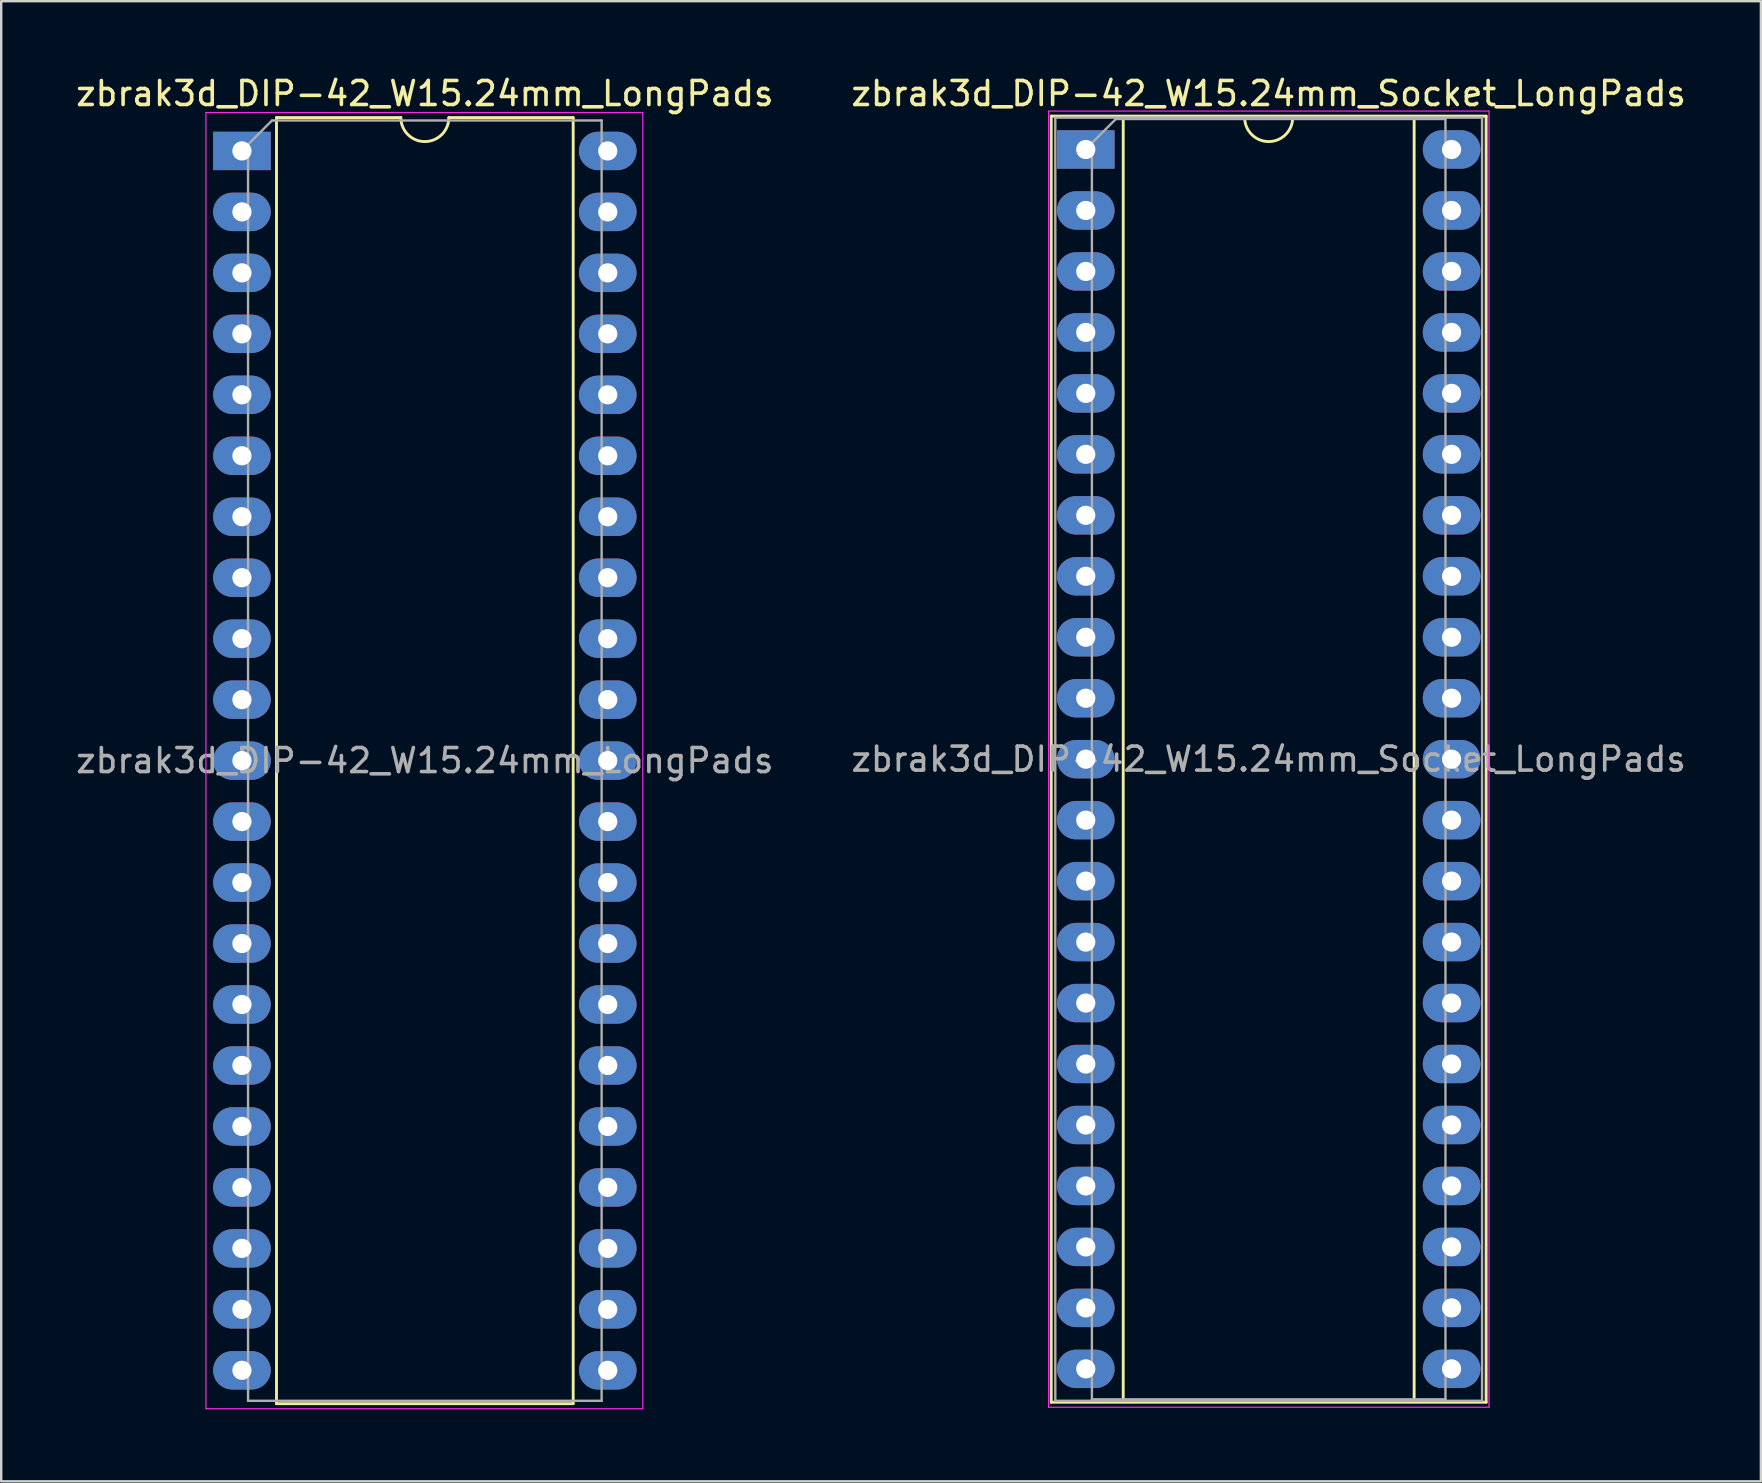
<source format=kicad_pcb>
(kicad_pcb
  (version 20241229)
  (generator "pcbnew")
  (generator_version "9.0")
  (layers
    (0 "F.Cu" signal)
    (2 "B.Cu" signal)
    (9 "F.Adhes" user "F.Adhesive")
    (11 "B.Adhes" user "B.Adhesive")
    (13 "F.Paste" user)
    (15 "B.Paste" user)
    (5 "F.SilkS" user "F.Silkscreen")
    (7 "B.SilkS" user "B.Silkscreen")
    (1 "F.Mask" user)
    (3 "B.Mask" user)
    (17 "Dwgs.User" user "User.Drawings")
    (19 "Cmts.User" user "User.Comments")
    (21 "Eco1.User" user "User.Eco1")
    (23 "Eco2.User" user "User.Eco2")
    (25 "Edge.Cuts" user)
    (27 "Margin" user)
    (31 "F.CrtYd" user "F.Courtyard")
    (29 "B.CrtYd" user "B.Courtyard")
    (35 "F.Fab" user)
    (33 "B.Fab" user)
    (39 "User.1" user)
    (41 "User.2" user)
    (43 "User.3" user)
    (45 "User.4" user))
  (footprint "zbrak3d_DIP-42_W15.24mm_LongPads"
    (layer "F.Cu")
    (at 7.029 3.238)
    (property "Reference" "zbrak3d_DIP-42_W15.24mm_LongPads" (at 7.62 -2.39 0) (layer "F.SilkS") (effects (font (size 1 1) (thickness 0.15))))
    (attr through_hole)
    (fp_line (start 1.44 -1.39) (end 1.44 52.19) (stroke (width 0.12) (type solid)) (layer "F.SilkS"))
    (fp_line (start 1.44 52.19) (end 13.8 52.19) (stroke (width 0.12) (type solid)) (layer "F.SilkS"))
    (fp_line (start 6.62 -1.39) (end 1.44 -1.39) (stroke (width 0.12) (type solid)) (layer "F.SilkS"))
    (fp_line (start 13.8 -1.39) (end 8.62 -1.39) (stroke (width 0.12) (type solid)) (layer "F.SilkS"))
    (fp_line (start 13.8 52.19) (end 13.8 -1.39) (stroke (width 0.12) (type solid)) (layer "F.SilkS"))
    (fp_arc (start 8.62 -1.39) (mid 7.62 -0.39) (end 6.62 -1.39) (stroke (width 0.12) (type solid)) (layer "F.SilkS"))
    (fp_line (start -1.5 -1.6) (end -1.5 52.4) (stroke (width 0.05) (type solid)) (layer "F.CrtYd"))
    (fp_line (start -1.5 52.4) (end 16.7 52.4) (stroke (width 0.05) (type solid)) (layer "F.CrtYd"))
    (fp_line (start 16.7 -1.6) (end -1.5 -1.6) (stroke (width 0.05) (type solid)) (layer "F.CrtYd"))
    (fp_line (start 16.7 52.4) (end 16.7 -1.6) (stroke (width 0.05) (type solid)) (layer "F.CrtYd"))
    (fp_line (start 0.255 -0.27) (end 1.255 -1.27) (stroke (width 0.1) (type solid)) (layer "F.Fab"))
    (fp_line (start 0.255 52.07) (end 0.255 -0.27) (stroke (width 0.1) (type solid)) (layer "F.Fab"))
    (fp_line (start 1.255 -1.27) (end 14.985 -1.27) (stroke (width 0.1) (type solid)) (layer "F.Fab"))
    (fp_line (start 14.985 -1.27) (end 14.985 52.07) (stroke (width 0.1) (type solid)) (layer "F.Fab"))
    (fp_line (start 14.985 52.07) (end 0.255 52.07) (stroke (width 0.1) (type solid)) (layer "F.Fab"))
    (fp_text user "${REFERENCE}" (at 7.62 25.4 0) (layer "F.Fab") (effects (font (size 1 1) (thickness 0.15))))
    (pad "1" thru_hole rect (at 0 0) (size 2.4 1.6) (drill 0.8) (layers "*.Cu" "*.Mask"))
    (pad "2" thru_hole oval (at 0 2.54) (size 2.4 1.6) (drill 0.8) (layers "*.Cu" "*.Mask"))
    (pad "3" thru_hole oval (at 0 5.08) (size 2.4 1.6) (drill 0.8) (layers "*.Cu" "*.Mask"))
    (pad "4" thru_hole oval (at 0 7.62) (size 2.4 1.6) (drill 0.8) (layers "*.Cu" "*.Mask"))
    (pad "5" thru_hole oval (at 0 10.16) (size 2.4 1.6) (drill 0.8) (layers "*.Cu" "*.Mask"))
    (pad "6" thru_hole oval (at 0 12.7) (size 2.4 1.6) (drill 0.8) (layers "*.Cu" "*.Mask"))
    (pad "7" thru_hole oval (at 0 15.24) (size 2.4 1.6) (drill 0.8) (layers "*.Cu" "*.Mask"))
    (pad "8" thru_hole oval (at 0 17.78) (size 2.4 1.6) (drill 0.8) (layers "*.Cu" "*.Mask"))
    (pad "9" thru_hole oval (at 0 20.32) (size 2.4 1.6) (drill 0.8) (layers "*.Cu" "*.Mask"))
    (pad "10" thru_hole oval (at 0 22.86) (size 2.4 1.6) (drill 0.8) (layers "*.Cu" "*.Mask"))
    (pad "11" thru_hole oval (at 0 25.4) (size 2.4 1.6) (drill 0.8) (layers "*.Cu" "*.Mask"))
    (pad "12" thru_hole oval (at 0 27.94) (size 2.4 1.6) (drill 0.8) (layers "*.Cu" "*.Mask"))
    (pad "13" thru_hole oval (at 0 30.48) (size 2.4 1.6) (drill 0.8) (layers "*.Cu" "*.Mask"))
    (pad "14" thru_hole oval (at 0 33.02) (size 2.4 1.6) (drill 0.8) (layers "*.Cu" "*.Mask"))
    (pad "15" thru_hole oval (at 0 35.56) (size 2.4 1.6) (drill 0.8) (layers "*.Cu" "*.Mask"))
    (pad "16" thru_hole oval (at 0 38.1) (size 2.4 1.6) (drill 0.8) (layers "*.Cu" "*.Mask"))
    (pad "17" thru_hole oval (at 0 40.64) (size 2.4 1.6) (drill 0.8) (layers "*.Cu" "*.Mask"))
    (pad "18" thru_hole oval (at 0 43.18) (size 2.4 1.6) (drill 0.8) (layers "*.Cu" "*.Mask"))
    (pad "19" thru_hole oval (at 0 45.72) (size 2.4 1.6) (drill 0.8) (layers "*.Cu" "*.Mask"))
    (pad "20" thru_hole oval (at 0 48.26) (size 2.4 1.6) (drill 0.8) (layers "*.Cu" "*.Mask"))
    (pad "21" thru_hole oval (at 0 50.8) (size 2.4 1.6) (drill 0.8) (layers "*.Cu" "*.Mask"))
    (pad "22" thru_hole oval (at 15.24 50.8) (size 2.4 1.6) (drill 0.8) (layers "*.Cu" "*.Mask"))
    (pad "23" thru_hole oval (at 15.24 48.26) (size 2.4 1.6) (drill 0.8) (layers "*.Cu" "*.Mask"))
    (pad "24" thru_hole oval (at 15.24 45.72) (size 2.4 1.6) (drill 0.8) (layers "*.Cu" "*.Mask"))
    (pad "25" thru_hole oval (at 15.24 43.18) (size 2.4 1.6) (drill 0.8) (layers "*.Cu" "*.Mask"))
    (pad "26" thru_hole oval (at 15.24 40.64) (size 2.4 1.6) (drill 0.8) (layers "*.Cu" "*.Mask"))
    (pad "27" thru_hole oval (at 15.24 38.1) (size 2.4 1.6) (drill 0.8) (layers "*.Cu" "*.Mask"))
    (pad "28" thru_hole oval (at 15.24 35.56) (size 2.4 1.6) (drill 0.8) (layers "*.Cu" "*.Mask"))
    (pad "29" thru_hole oval (at 15.24 33.02) (size 2.4 1.6) (drill 0.8) (layers "*.Cu" "*.Mask"))
    (pad "30" thru_hole oval (at 15.24 30.48) (size 2.4 1.6) (drill 0.8) (layers "*.Cu" "*.Mask"))
    (pad "31" thru_hole oval (at 15.24 27.94) (size 2.4 1.6) (drill 0.8) (layers "*.Cu" "*.Mask"))
    (pad "32" thru_hole oval (at 15.24 25.4) (size 2.4 1.6) (drill 0.8) (layers "*.Cu" "*.Mask"))
    (pad "33" thru_hole oval (at 15.24 22.86) (size 2.4 1.6) (drill 0.8) (layers "*.Cu" "*.Mask"))
    (pad "34" thru_hole oval (at 15.24 20.32) (size 2.4 1.6) (drill 0.8) (layers "*.Cu" "*.Mask"))
    (pad "35" thru_hole oval (at 15.24 17.78) (size 2.4 1.6) (drill 0.8) (layers "*.Cu" "*.Mask"))
    (pad "36" thru_hole oval (at 15.24 15.24) (size 2.4 1.6) (drill 0.8) (layers "*.Cu" "*.Mask"))
    (pad "37" thru_hole oval (at 15.24 12.7) (size 2.4 1.6) (drill 0.8) (layers "*.Cu" "*.Mask"))
    (pad "38" thru_hole oval (at 15.24 10.16) (size 2.4 1.6) (drill 0.8) (layers "*.Cu" "*.Mask"))
    (pad "39" thru_hole oval (at 15.24 7.62) (size 2.4 1.6) (drill 0.8) (layers "*.Cu" "*.Mask"))
    (pad "40" thru_hole oval (at 15.24 5.08) (size 2.4 1.6) (drill 0.8) (layers "*.Cu" "*.Mask"))
    (pad "41" thru_hole oval (at 15.24 2.54) (size 2.4 1.6) (drill 0.8) (layers "*.Cu" "*.Mask"))
    (pad "42" thru_hole oval (at 15.24 0) (size 2.4 1.6) (drill 0.8) (layers "*.Cu" "*.Mask")))
  (footprint "zbrak3d_DIP-42_W15.24mm_Socket_LongPads"
    (layer "F.Cu")
    (at 42.184 3.178)
    (property "Reference" "zbrak3d_DIP-42_W15.24mm_Socket_LongPads" (at 7.62 -2.33 0) (layer "F.SilkS") (effects (font (size 1 1) (thickness 0.15))))
    (attr through_hole)
    (fp_line (start -1.44 -1.39) (end -1.44 52.19) (stroke (width 0.12) (type solid)) (layer "F.SilkS"))
    (fp_line (start -1.44 52.19) (end 16.68 52.19) (stroke (width 0.12) (type solid)) (layer "F.SilkS"))
    (fp_line (start 1.56 -1.33) (end 1.56 52.13) (stroke (width 0.12) (type solid)) (layer "F.SilkS"))
    (fp_line (start 1.56 52.13) (end 13.68 52.13) (stroke (width 0.12) (type solid)) (layer "F.SilkS"))
    (fp_line (start 6.62 -1.33) (end 1.56 -1.33) (stroke (width 0.12) (type solid)) (layer "F.SilkS"))
    (fp_line (start 13.68 -1.33) (end 8.62 -1.33) (stroke (width 0.12) (type solid)) (layer "F.SilkS"))
    (fp_line (start 13.68 52.13) (end 13.68 -1.33) (stroke (width 0.12) (type solid)) (layer "F.SilkS"))
    (fp_line (start 16.68 -1.39) (end -1.44 -1.39) (stroke (width 0.12) (type solid)) (layer "F.SilkS"))
    (fp_line (start 16.68 52.19) (end 16.68 -1.39) (stroke (width 0.12) (type solid)) (layer "F.SilkS"))
    (fp_arc (start 8.62 -1.33) (mid 7.62 -0.33) (end 6.62 -1.33) (stroke (width 0.12) (type solid)) (layer "F.SilkS"))
    (fp_line (start -1.55 -1.6) (end -1.55 52.4) (stroke (width 0.05) (type solid)) (layer "F.CrtYd"))
    (fp_line (start -1.55 52.4) (end 16.8 52.4) (stroke (width 0.05) (type solid)) (layer "F.CrtYd"))
    (fp_line (start 16.8 -1.6) (end -1.55 -1.6) (stroke (width 0.05) (type solid)) (layer "F.CrtYd"))
    (fp_line (start 16.8 52.4) (end 16.8 -1.6) (stroke (width 0.05) (type solid)) (layer "F.CrtYd"))
    (fp_line (start -1.27 -1.33) (end -1.27 52.13) (stroke (width 0.1) (type solid)) (layer "F.Fab"))
    (fp_line (start -1.27 52.13) (end 16.51 52.13) (stroke (width 0.1) (type solid)) (layer "F.Fab"))
    (fp_line (start 0.255 -0.27) (end 1.255 -1.27) (stroke (width 0.1) (type solid)) (layer "F.Fab"))
    (fp_line (start 0.255 52.07) (end 0.255 -0.27) (stroke (width 0.1) (type solid)) (layer "F.Fab"))
    (fp_line (start 1.255 -1.27) (end 14.985 -1.27) (stroke (width 0.1) (type solid)) (layer "F.Fab"))
    (fp_line (start 14.985 -1.27) (end 14.985 52.07) (stroke (width 0.1) (type solid)) (layer "F.Fab"))
    (fp_line (start 14.985 52.07) (end 0.255 52.07) (stroke (width 0.1) (type solid)) (layer "F.Fab"))
    (fp_line (start 16.51 -1.33) (end -1.27 -1.33) (stroke (width 0.1) (type solid)) (layer "F.Fab"))
    (fp_line (start 16.51 52.13) (end 16.51 -1.33) (stroke (width 0.1) (type solid)) (layer "F.Fab"))
    (fp_text user "${REFERENCE}" (at 7.62 25.4 0) (layer "F.Fab") (effects (font (size 1 1) (thickness 0.15))))
    (pad "1" thru_hole rect (at 0 0) (size 2.4 1.6) (drill 0.8) (layers "*.Cu" "*.Mask"))
    (pad "2" thru_hole oval (at 0 2.54) (size 2.4 1.6) (drill 0.8) (layers "*.Cu" "*.Mask"))
    (pad "3" thru_hole oval (at 0 5.08) (size 2.4 1.6) (drill 0.8) (layers "*.Cu" "*.Mask"))
    (pad "4" thru_hole oval (at 0 7.62) (size 2.4 1.6) (drill 0.8) (layers "*.Cu" "*.Mask"))
    (pad "5" thru_hole oval (at 0 10.16) (size 2.4 1.6) (drill 0.8) (layers "*.Cu" "*.Mask"))
    (pad "6" thru_hole oval (at 0 12.7) (size 2.4 1.6) (drill 0.8) (layers "*.Cu" "*.Mask"))
    (pad "7" thru_hole oval (at 0 15.24) (size 2.4 1.6) (drill 0.8) (layers "*.Cu" "*.Mask"))
    (pad "8" thru_hole oval (at 0 17.78) (size 2.4 1.6) (drill 0.8) (layers "*.Cu" "*.Mask"))
    (pad "9" thru_hole oval (at 0 20.32) (size 2.4 1.6) (drill 0.8) (layers "*.Cu" "*.Mask"))
    (pad "10" thru_hole oval (at 0 22.86) (size 2.4 1.6) (drill 0.8) (layers "*.Cu" "*.Mask"))
    (pad "11" thru_hole oval (at 0 25.4) (size 2.4 1.6) (drill 0.8) (layers "*.Cu" "*.Mask"))
    (pad "12" thru_hole oval (at 0 27.94) (size 2.4 1.6) (drill 0.8) (layers "*.Cu" "*.Mask"))
    (pad "13" thru_hole oval (at 0 30.48) (size 2.4 1.6) (drill 0.8) (layers "*.Cu" "*.Mask"))
    (pad "14" thru_hole oval (at 0 33.02) (size 2.4 1.6) (drill 0.8) (layers "*.Cu" "*.Mask"))
    (pad "15" thru_hole oval (at 0 35.56) (size 2.4 1.6) (drill 0.8) (layers "*.Cu" "*.Mask"))
    (pad "16" thru_hole oval (at 0 38.1) (size 2.4 1.6) (drill 0.8) (layers "*.Cu" "*.Mask"))
    (pad "17" thru_hole oval (at 0 40.64) (size 2.4 1.6) (drill 0.8) (layers "*.Cu" "*.Mask"))
    (pad "18" thru_hole oval (at 0 43.18) (size 2.4 1.6) (drill 0.8) (layers "*.Cu" "*.Mask"))
    (pad "19" thru_hole oval (at 0 45.72) (size 2.4 1.6) (drill 0.8) (layers "*.Cu" "*.Mask"))
    (pad "20" thru_hole oval (at 0 48.26) (size 2.4 1.6) (drill 0.8) (layers "*.Cu" "*.Mask"))
    (pad "21" thru_hole oval (at 0 50.8) (size 2.4 1.6) (drill 0.8) (layers "*.Cu" "*.Mask"))
    (pad "22" thru_hole oval (at 15.24 50.8) (size 2.4 1.6) (drill 0.8) (layers "*.Cu" "*.Mask"))
    (pad "23" thru_hole oval (at 15.24 48.26) (size 2.4 1.6) (drill 0.8) (layers "*.Cu" "*.Mask"))
    (pad "24" thru_hole oval (at 15.24 45.72) (size 2.4 1.6) (drill 0.8) (layers "*.Cu" "*.Mask"))
    (pad "25" thru_hole oval (at 15.24 43.18) (size 2.4 1.6) (drill 0.8) (layers "*.Cu" "*.Mask"))
    (pad "26" thru_hole oval (at 15.24 40.64) (size 2.4 1.6) (drill 0.8) (layers "*.Cu" "*.Mask"))
    (pad "27" thru_hole oval (at 15.24 38.1) (size 2.4 1.6) (drill 0.8) (layers "*.Cu" "*.Mask"))
    (pad "28" thru_hole oval (at 15.24 35.56) (size 2.4 1.6) (drill 0.8) (layers "*.Cu" "*.Mask"))
    (pad "29" thru_hole oval (at 15.24 33.02) (size 2.4 1.6) (drill 0.8) (layers "*.Cu" "*.Mask"))
    (pad "30" thru_hole oval (at 15.24 30.48) (size 2.4 1.6) (drill 0.8) (layers "*.Cu" "*.Mask"))
    (pad "31" thru_hole oval (at 15.24 27.94) (size 2.4 1.6) (drill 0.8) (layers "*.Cu" "*.Mask"))
    (pad "32" thru_hole oval (at 15.24 25.4) (size 2.4 1.6) (drill 0.8) (layers "*.Cu" "*.Mask"))
    (pad "33" thru_hole oval (at 15.24 22.86) (size 2.4 1.6) (drill 0.8) (layers "*.Cu" "*.Mask"))
    (pad "34" thru_hole oval (at 15.24 20.32) (size 2.4 1.6) (drill 0.8) (layers "*.Cu" "*.Mask"))
    (pad "35" thru_hole oval (at 15.24 17.78) (size 2.4 1.6) (drill 0.8) (layers "*.Cu" "*.Mask"))
    (pad "36" thru_hole oval (at 15.24 15.24) (size 2.4 1.6) (drill 0.8) (layers "*.Cu" "*.Mask"))
    (pad "37" thru_hole oval (at 15.24 12.7) (size 2.4 1.6) (drill 0.8) (layers "*.Cu" "*.Mask"))
    (pad "38" thru_hole oval (at 15.24 10.16) (size 2.4 1.6) (drill 0.8) (layers "*.Cu" "*.Mask"))
    (pad "39" thru_hole oval (at 15.24 7.62) (size 2.4 1.6) (drill 0.8) (layers "*.Cu" "*.Mask"))
    (pad "40" thru_hole oval (at 15.24 5.08) (size 2.4 1.6) (drill 0.8) (layers "*.Cu" "*.Mask"))
    (pad "41" thru_hole oval (at 15.24 2.54) (size 2.4 1.6) (drill 0.8) (layers "*.Cu" "*.Mask"))
    (pad "42" thru_hole oval (at 15.24 0) (size 2.4 1.6) (drill 0.8) (layers "*.Cu" "*.Mask")))
  (gr_rect
    (start -3 -3)
    (end 70.31 58.663)
    (stroke (width 0.1) (type default))
    (fill no)
    (layer "Edge.Cuts")))
</source>
